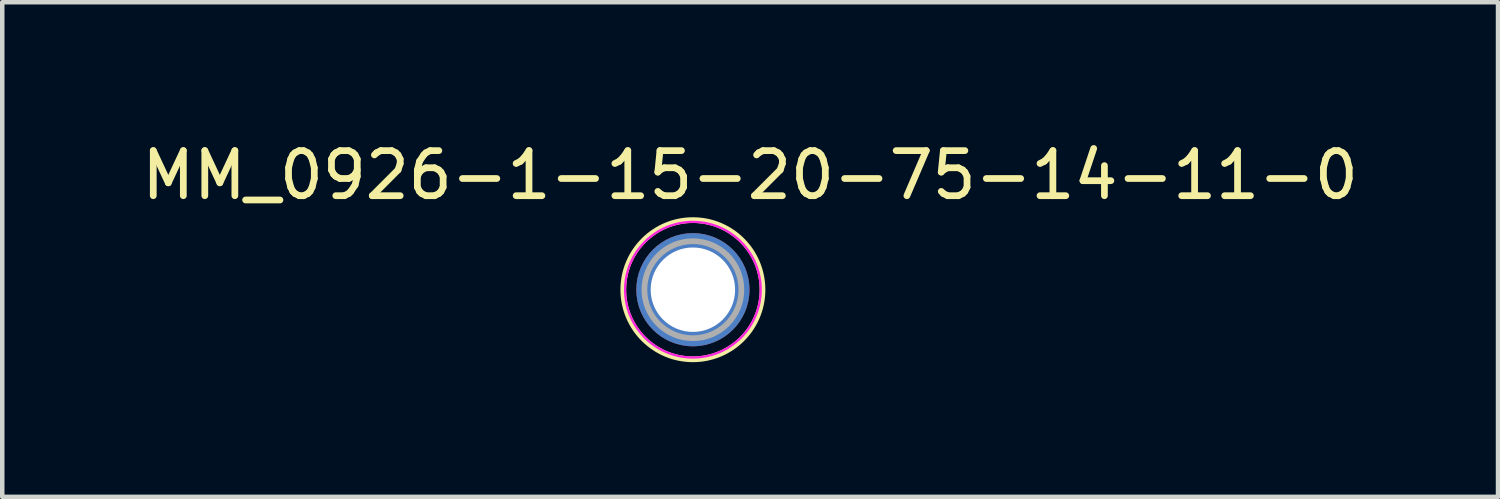
<source format=kicad_pcb>
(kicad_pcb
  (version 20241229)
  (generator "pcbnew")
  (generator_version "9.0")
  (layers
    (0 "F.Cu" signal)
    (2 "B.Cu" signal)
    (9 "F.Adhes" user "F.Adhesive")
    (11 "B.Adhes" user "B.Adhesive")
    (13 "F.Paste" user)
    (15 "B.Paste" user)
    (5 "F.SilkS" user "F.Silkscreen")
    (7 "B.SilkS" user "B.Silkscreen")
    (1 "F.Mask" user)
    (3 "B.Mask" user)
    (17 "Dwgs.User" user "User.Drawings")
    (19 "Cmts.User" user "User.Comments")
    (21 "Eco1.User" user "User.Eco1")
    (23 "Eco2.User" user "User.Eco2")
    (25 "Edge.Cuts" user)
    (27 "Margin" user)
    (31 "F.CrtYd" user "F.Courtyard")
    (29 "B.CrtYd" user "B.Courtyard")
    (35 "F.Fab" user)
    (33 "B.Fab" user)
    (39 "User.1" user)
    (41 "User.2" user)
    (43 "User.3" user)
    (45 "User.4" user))
  (footprint "MM_0926-1-15-20-75-14-11-0"
    (layer "F.Cu")
    (at 12.379 3.401)
    (property "Reference" "MM_0926-1-15-20-75-14-11-0" (at 1.275 -2.55 0) (layer "F.SilkS") (effects (font (size 1.004 1.004) (thickness 0.15))))
    (attr through_hole)
    (fp_circle (center 0 0) (end 1.55 0) (stroke (width 0.127) (type solid)) (fill no) (layer "F.SilkS"))
    (fp_circle (center 0 0) (end 1.51 0) (stroke (width 0.05) (type solid)) (fill no) (layer "F.CrtYd"))
    (fp_circle (center 0 0) (end 1.08 0) (stroke (width 0.127) (type solid)) (fill no) (layer "F.Fab"))
    (pad "1" thru_hole circle (at 0 0) (size 2.52 2.52) (drill 1.88) (layers "*.Cu" "*.Mask")))
  (gr_rect
    (start -3 -3)
    (end 30.307 8.014)
    (stroke (width 0.1) (type default))
    (fill no)
    (layer "Edge.Cuts")))
</source>
